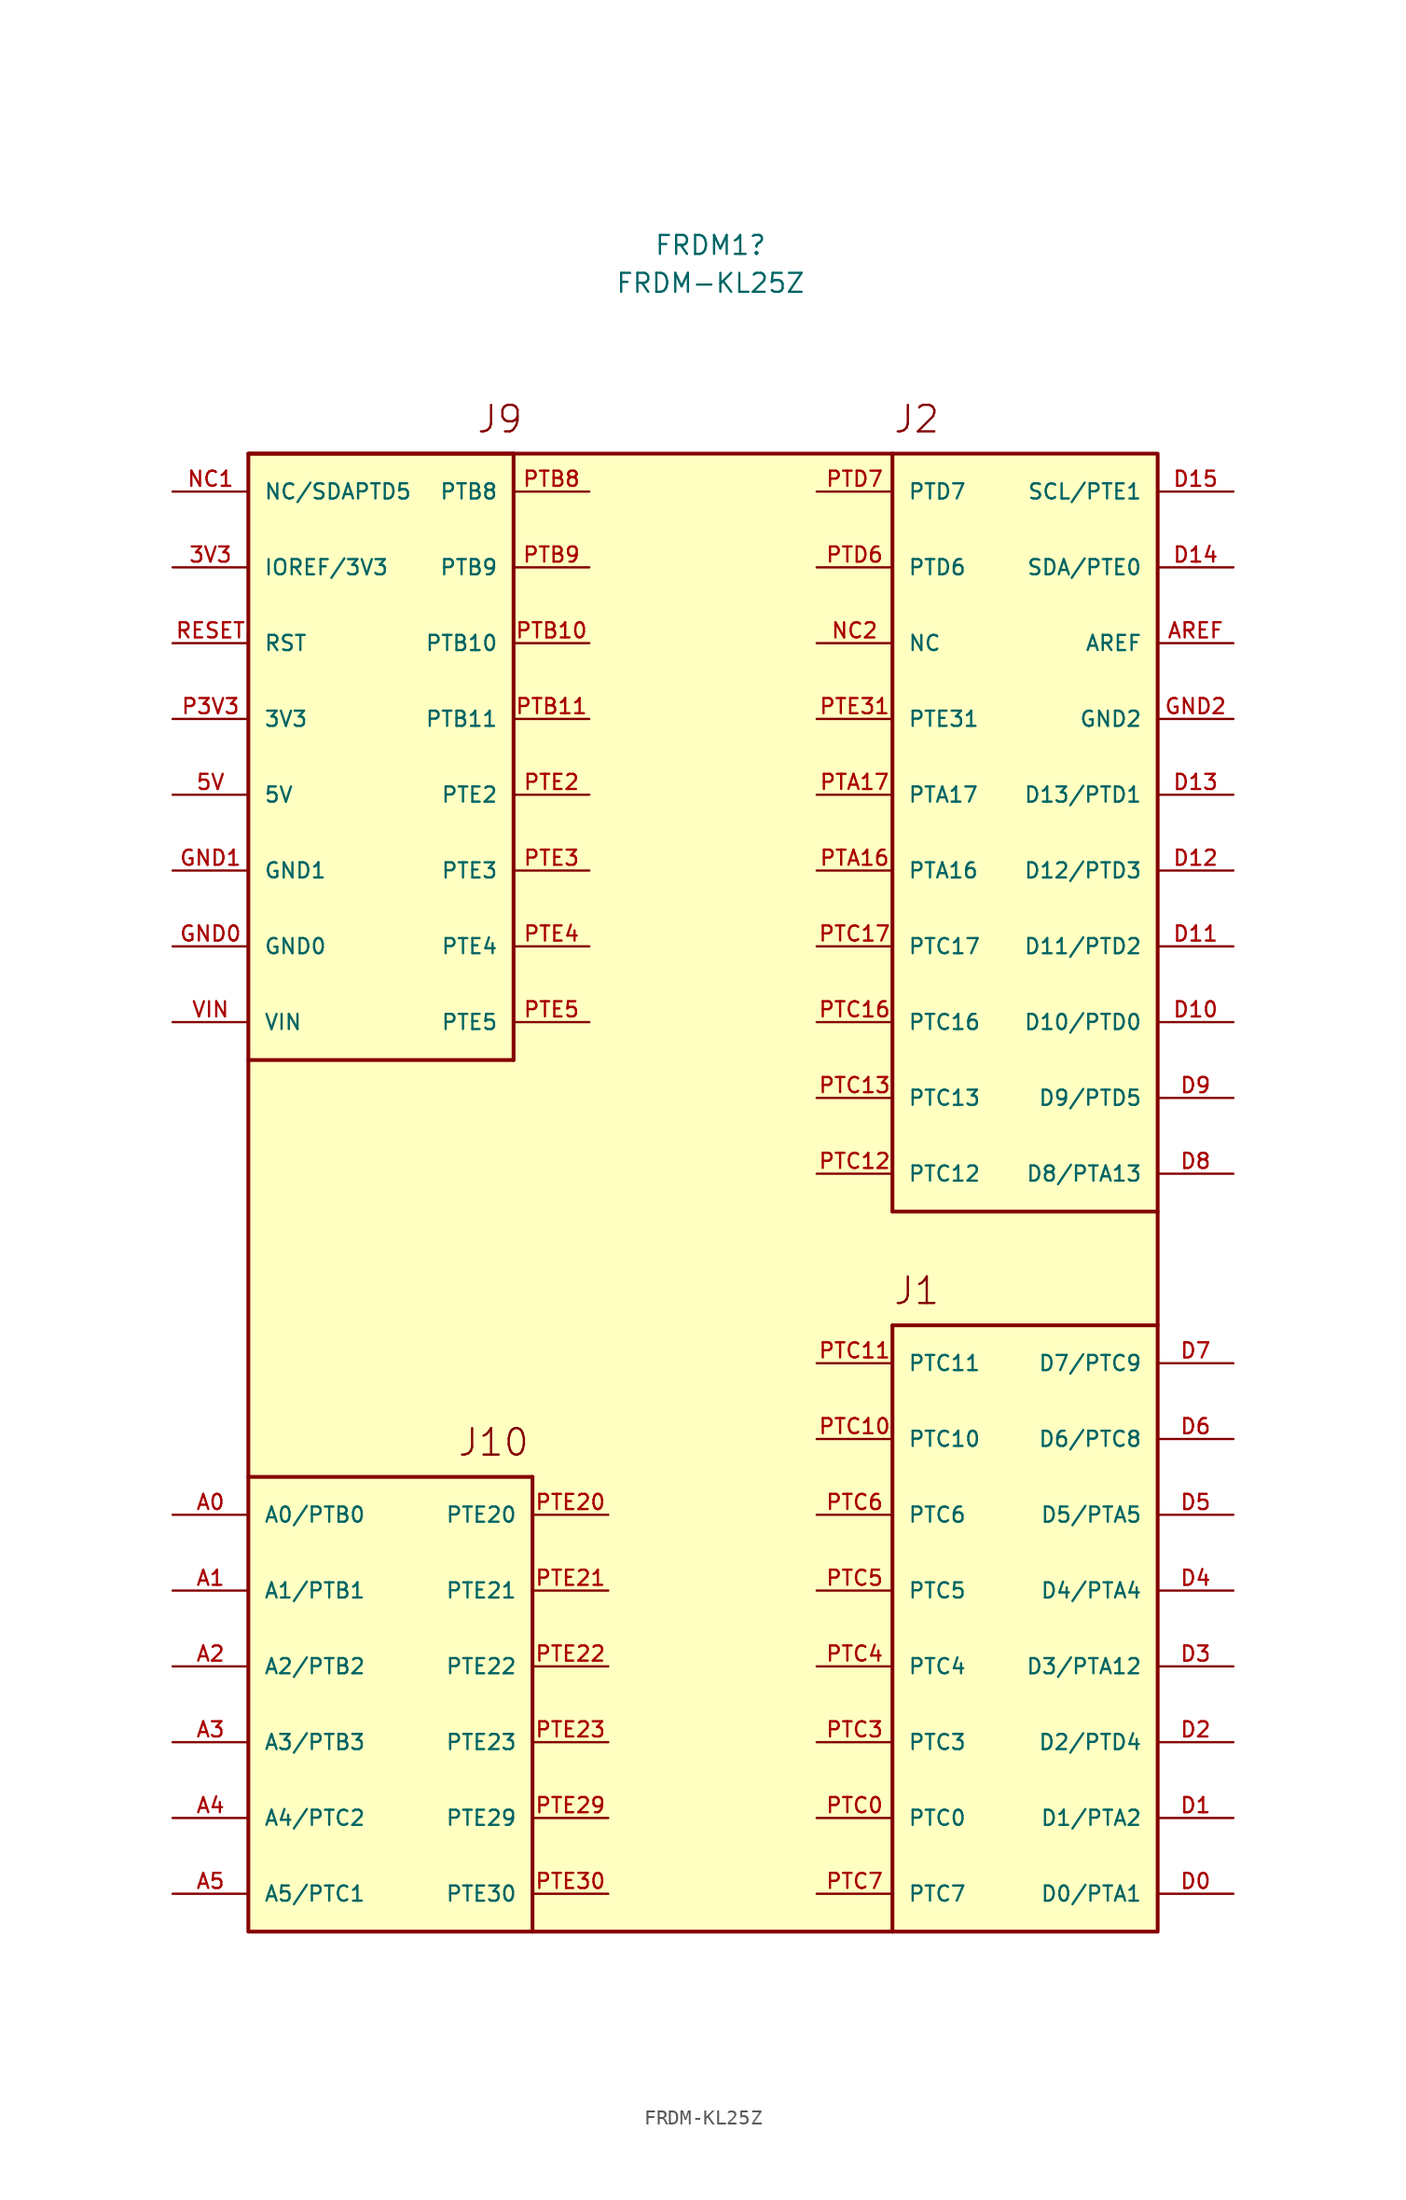
<source format=kicad_sym>
(kicad_symbol_lib
  (version 20220914)
  (generator kicad_symbol_editor)
  (symbol "FRDM-KL25Z"
    (pin_names
      (offset 1.016))
    (property "Reference" "FRDM1"
      (at 0.5 54.61 0)
      (effects (font (size 1.27 1.27))))
    (property "Value" "FRDM-KL25Z"
      (at 0.5 52.07 0)
      (effects (font (size 1.27 1.27))))
    (symbol "FRDM-KL25Z_0_0"
      (rectangle (start -30.48 40.64) (end 30.48 -58.42) (stroke (width 0.254) (type default)) (fill (type background)))
      (polyline (pts (xy -30.48 0) (xy -12.7 0)) (stroke (width 0.254) (type default)) (fill (type none)))
      (polyline (pts (xy -12.7 0) (xy -12.7 40.64)) (stroke (width 0.254) (type default)) (fill (type none)))
      (polyline (pts (xy -12.7 40.64) (xy -30.48 40.64)) (stroke (width 0.254) (type default)) (fill (type none)))
      (polyline (pts (xy -11.43 -58.42) (xy -11.43 -27.94)) (stroke (width 0.254) (type default)) (fill (type none)))
      (polyline (pts (xy -11.43 -27.94) (xy -30.48 -27.94)) (stroke (width 0.254) (type default)) (fill (type none)))
      (polyline (pts (xy 12.7 -17.78) (xy 12.7 -58.42)) (stroke (width 0.254) (type default)) (fill (type none)))
      (polyline (pts (xy 12.7 -10.16) (xy 30.48 -10.16)) (stroke (width 0.254) (type default)) (fill (type none)))
      (polyline (pts (xy 12.7 40.64) (xy 12.7 -10.16)) (stroke (width 0.254) (type default)) (fill (type none)))
      (polyline (pts (xy 30.48 -17.78) (xy 12.7 -17.78)) (stroke (width 0.254) (type default)) (fill (type none)))
      (text "J1" (at 12.7 -16.51 0) (effects (font (size 1.778 1.778)) (justify left bottom)))
      (text "J10" (at -16.51 -26.67 0) (effects (font (size 1.778 1.778)) (justify left bottom)))
      (text "J2" (at 12.7 41.91 0) (effects (font (size 1.778 1.778)) (justify left bottom)))
      (text "J9" (at -15.24 41.91 0) (effects (font (size 1.778 1.778)) (justify left bottom)))
      (pin bidirectional line (at -35.56 33.02 0) (length 5.08) (name "IOREF/3V3" (effects (font (size 1.016 1.016)))) (number "3V3" (effects (font (size 1.016 1.016)))))
      (pin bidirectional line (at -35.56 17.78 0) (length 5.08) (name "5V" (effects (font (size 1.016 1.016)))) (number "5V" (effects (font (size 1.016 1.016)))))
      (pin bidirectional line (at -35.56 -30.48 0) (length 5.08) (name "A0/PTB0" (effects (font (size 1.016 1.016)))) (number "A0" (effects (font (size 1.016 1.016)))))
      (pin bidirectional line (at -35.56 -35.56 0) (length 5.08) (name "A1/PTB1" (effects (font (size 1.016 1.016)))) (number "A1" (effects (font (size 1.016 1.016)))))
      (pin bidirectional line (at -35.56 -40.64 0) (length 5.08) (name "A2/PTB2" (effects (font (size 1.016 1.016)))) (number "A2" (effects (font (size 1.016 1.016)))))
      (pin bidirectional line (at -35.56 -45.72 0) (length 5.08) (name "A3/PTB3" (effects (font (size 1.016 1.016)))) (number "A3" (effects (font (size 1.016 1.016)))))
      (pin bidirectional line (at -35.56 -50.8 0) (length 5.08) (name "A4/PTC2" (effects (font (size 1.016 1.016)))) (number "A4" (effects (font (size 1.016 1.016)))))
      (pin bidirectional line (at -35.56 -55.88 0) (length 5.08) (name "A5/PTC1" (effects (font (size 1.016 1.016)))) (number "A5" (effects (font (size 1.016 1.016)))))
      (pin bidirectional line (at 35.56 27.94 180) (length 5.08) (name "AREF" (effects (font (size 1.016 1.016)))) (number "AREF" (effects (font (size 1.016 1.016)))))
      (pin bidirectional line (at 35.56 -55.88 180) (length 5.08) (name "D0/PTA1" (effects (font (size 1.016 1.016)))) (number "D0" (effects (font (size 1.016 1.016)))))
      (pin bidirectional line (at 35.56 -50.8 180) (length 5.08) (name "D1/PTA2" (effects (font (size 1.016 1.016)))) (number "D1" (effects (font (size 1.016 1.016)))))
      (pin bidirectional line (at 35.56 2.54 180) (length 5.08) (name "D10/PTD0" (effects (font (size 1.016 1.016)))) (number "D10" (effects (font (size 1.016 1.016)))))
      (pin bidirectional line (at 35.56 7.62 180) (length 5.08) (name "D11/PTD2" (effects (font (size 1.016 1.016)))) (number "D11" (effects (font (size 1.016 1.016)))))
      (pin bidirectional line (at 35.56 12.7 180) (length 5.08) (name "D12/PTD3" (effects (font (size 1.016 1.016)))) (number "D12" (effects (font (size 1.016 1.016)))))
      (pin bidirectional line (at 35.56 17.78 180) (length 5.08) (name "D13/PTD1" (effects (font (size 1.016 1.016)))) (number "D13" (effects (font (size 1.016 1.016)))))
      (pin bidirectional line (at 35.56 33.02 180) (length 5.08) (name "SDA/PTE0" (effects (font (size 1.016 1.016)))) (number "D14" (effects (font (size 1.016 1.016)))))
      (pin bidirectional line (at 35.56 38.1 180) (length 5.08) (name "SCL/PTE1" (effects (font (size 1.016 1.016)))) (number "D15" (effects (font (size 1.016 1.016)))))
      (pin bidirectional line (at 35.56 -45.72 180) (length 5.08) (name "D2/PTD4" (effects (font (size 1.016 1.016)))) (number "D2" (effects (font (size 1.016 1.016)))))
      (pin bidirectional line (at 35.56 -40.64 180) (length 5.08) (name "D3/PTA12" (effects (font (size 1.016 1.016)))) (number "D3" (effects (font (size 1.016 1.016)))))
      (pin bidirectional line (at 35.56 -35.56 180) (length 5.08) (name "D4/PTA4" (effects (font (size 1.016 1.016)))) (number "D4" (effects (font (size 1.016 1.016)))))
      (pin bidirectional line (at 35.56 -30.48 180) (length 5.08) (name "D5/PTA5" (effects (font (size 1.016 1.016)))) (number "D5" (effects (font (size 1.016 1.016)))))
      (pin bidirectional line (at 35.56 -25.4 180) (length 5.08) (name "D6/PTC8" (effects (font (size 1.016 1.016)))) (number "D6" (effects (font (size 1.016 1.016)))))
      (pin bidirectional line (at 35.56 -20.32 180) (length 5.08) (name "D7/PTC9" (effects (font (size 1.016 1.016)))) (number "D7" (effects (font (size 1.016 1.016)))))
      (pin bidirectional line (at 35.56 -7.62 180) (length 5.08) (name "D8/PTA13" (effects (font (size 1.016 1.016)))) (number "D8" (effects (font (size 1.016 1.016)))))
      (pin bidirectional line (at 35.56 -2.54 180) (length 5.08) (name "D9/PTD5" (effects (font (size 1.016 1.016)))) (number "D9" (effects (font (size 1.016 1.016)))))
      (pin bidirectional line (at -35.56 7.62 0) (length 5.08) (name "GND0" (effects (font (size 1.016 1.016)))) (number "GND0" (effects (font (size 1.016 1.016)))))
      (pin bidirectional line (at -35.56 12.7 0) (length 5.08) (name "GND1" (effects (font (size 1.016 1.016)))) (number "GND1" (effects (font (size 1.016 1.016)))))
      (pin bidirectional line (at 35.56 22.86 180) (length 5.08) (name "GND2" (effects (font (size 1.016 1.016)))) (number "GND2" (effects (font (size 1.016 1.016)))))
      (pin bidirectional line (at -35.56 38.1 0) (length 5.08) (name "NC/SDAPTD5" (effects (font (size 1.016 1.016)))) (number "NC1" (effects (font (size 1.016 1.016)))))
      (pin bidirectional line (at 7.62 27.94 0) (length 5.08) (name "NC" (effects (font (size 1.016 1.016)))) (number "NC2" (effects (font (size 1.016 1.016)))))
      (pin bidirectional line (at -35.56 22.86 0) (length 5.08) (name "3V3" (effects (font (size 1.016 1.016)))) (number "P3V3" (effects (font (size 1.016 1.016)))))
      (pin bidirectional line (at 7.62 12.7 0) (length 5.08) (name "PTA16" (effects (font (size 1.016 1.016)))) (number "PTA16" (effects (font (size 1.016 1.016)))))
      (pin bidirectional line (at 7.62 17.78 0) (length 5.08) (name "PTA17" (effects (font (size 1.016 1.016)))) (number "PTA17" (effects (font (size 1.016 1.016)))))
      (pin bidirectional line (at -7.62 27.94 180) (length 5.08) (name "PTB10" (effects (font (size 1.016 1.016)))) (number "PTB10" (effects (font (size 1.016 1.016)))))
      (pin bidirectional line (at -7.62 22.86 180) (length 5.08) (name "PTB11" (effects (font (size 1.016 1.016)))) (number "PTB11" (effects (font (size 1.016 1.016)))))
      (pin bidirectional line (at -7.62 38.1 180) (length 5.08) (name "PTB8" (effects (font (size 1.016 1.016)))) (number "PTB8" (effects (font (size 1.016 1.016)))))
      (pin bidirectional line (at -7.62 33.02 180) (length 5.08) (name "PTB9" (effects (font (size 1.016 1.016)))) (number "PTB9" (effects (font (size 1.016 1.016)))))
      (pin bidirectional line (at 7.62 -50.8 0) (length 5.08) (name "PTC0" (effects (font (size 1.016 1.016)))) (number "PTC0" (effects (font (size 1.016 1.016)))))
      (pin bidirectional line (at 7.62 -25.4 0) (length 5.08) (name "PTC10" (effects (font (size 1.016 1.016)))) (number "PTC10" (effects (font (size 1.016 1.016)))))
      (pin bidirectional line (at 7.62 -20.32 0) (length 5.08) (name "PTC11" (effects (font (size 1.016 1.016)))) (number "PTC11" (effects (font (size 1.016 1.016)))))
      (pin bidirectional line (at 7.62 -7.62 0) (length 5.08) (name "PTC12" (effects (font (size 1.016 1.016)))) (number "PTC12" (effects (font (size 1.016 1.016)))))
      (pin bidirectional line (at 7.62 -2.54 0) (length 5.08) (name "PTC13" (effects (font (size 1.016 1.016)))) (number "PTC13" (effects (font (size 1.016 1.016)))))
      (pin bidirectional line (at 7.62 2.54 0) (length 5.08) (name "PTC16" (effects (font (size 1.016 1.016)))) (number "PTC16" (effects (font (size 1.016 1.016)))))
      (pin bidirectional line (at 7.62 7.62 0) (length 5.08) (name "PTC17" (effects (font (size 1.016 1.016)))) (number "PTC17" (effects (font (size 1.016 1.016)))))
      (pin bidirectional line (at 7.62 -45.72 0) (length 5.08) (name "PTC3" (effects (font (size 1.016 1.016)))) (number "PTC3" (effects (font (size 1.016 1.016)))))
      (pin bidirectional line (at 7.62 -40.64 0) (length 5.08) (name "PTC4" (effects (font (size 1.016 1.016)))) (number "PTC4" (effects (font (size 1.016 1.016)))))
      (pin bidirectional line (at 7.62 -35.56 0) (length 5.08) (name "PTC5" (effects (font (size 1.016 1.016)))) (number "PTC5" (effects (font (size 1.016 1.016)))))
      (pin bidirectional line (at 7.62 -30.48 0) (length 5.08) (name "PTC6" (effects (font (size 1.016 1.016)))) (number "PTC6" (effects (font (size 1.016 1.016)))))
      (pin bidirectional line (at 7.62 -55.88 0) (length 5.08) (name "PTC7" (effects (font (size 1.016 1.016)))) (number "PTC7" (effects (font (size 1.016 1.016)))))
      (pin bidirectional line (at 7.62 33.02 0) (length 5.08) (name "PTD6" (effects (font (size 1.016 1.016)))) (number "PTD6" (effects (font (size 1.016 1.016)))))
      (pin bidirectional line (at 7.62 38.1 0) (length 5.08) (name "PTD7" (effects (font (size 1.016 1.016)))) (number "PTD7" (effects (font (size 1.016 1.016)))))
      (pin bidirectional line (at -7.62 17.78 180) (length 5.08) (name "PTE2" (effects (font (size 1.016 1.016)))) (number "PTE2" (effects (font (size 1.016 1.016)))))
      (pin bidirectional line (at -6.35 -30.48 180) (length 5.08) (name "PTE20" (effects (font (size 1.016 1.016)))) (number "PTE20" (effects (font (size 1.016 1.016)))))
      (pin bidirectional line (at -6.35 -35.56 180) (length 5.08) (name "PTE21" (effects (font (size 1.016 1.016)))) (number "PTE21" (effects (font (size 1.016 1.016)))))
      (pin bidirectional line (at -6.35 -40.64 180) (length 5.08) (name "PTE22" (effects (font (size 1.016 1.016)))) (number "PTE22" (effects (font (size 1.016 1.016)))))
      (pin bidirectional line (at -6.35 -45.72 180) (length 5.08) (name "PTE23" (effects (font (size 1.016 1.016)))) (number "PTE23" (effects (font (size 1.016 1.016)))))
      (pin bidirectional line (at -6.35 -50.8 180) (length 5.08) (name "PTE29" (effects (font (size 1.016 1.016)))) (number "PTE29" (effects (font (size 1.016 1.016)))))
      (pin bidirectional line (at -7.62 12.7 180) (length 5.08) (name "PTE3" (effects (font (size 1.016 1.016)))) (number "PTE3" (effects (font (size 1.016 1.016)))))
      (pin bidirectional line (at -6.35 -55.88 180) (length 5.08) (name "PTE30" (effects (font (size 1.016 1.016)))) (number "PTE30" (effects (font (size 1.016 1.016)))))
      (pin bidirectional line (at 7.62 22.86 0) (length 5.08) (name "PTE31" (effects (font (size 1.016 1.016)))) (number "PTE31" (effects (font (size 1.016 1.016)))))
      (pin bidirectional line (at -7.62 7.62 180) (length 5.08) (name "PTE4" (effects (font (size 1.016 1.016)))) (number "PTE4" (effects (font (size 1.016 1.016)))))
      (pin bidirectional line (at -7.62 2.54 180) (length 5.08) (name "PTE5" (effects (font (size 1.016 1.016)))) (number "PTE5" (effects (font (size 1.016 1.016)))))
      (pin bidirectional line (at -35.56 27.94 0) (length 5.08) (name "RST" (effects (font (size 1.016 1.016)))) (number "RESET" (effects (font (size 1.016 1.016)))))
      (pin bidirectional line (at -35.56 2.54 0) (length 5.08) (name "VIN" (effects (font (size 1.016 1.016)))) (number "VIN" (effects (font (size 1.016 1.016))))))))
</source>
